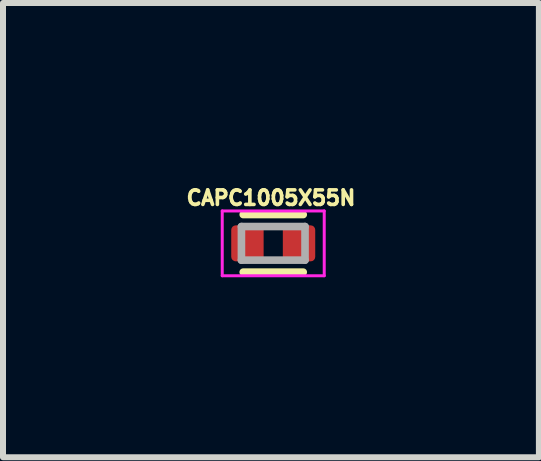
<source format=kicad_pcb>
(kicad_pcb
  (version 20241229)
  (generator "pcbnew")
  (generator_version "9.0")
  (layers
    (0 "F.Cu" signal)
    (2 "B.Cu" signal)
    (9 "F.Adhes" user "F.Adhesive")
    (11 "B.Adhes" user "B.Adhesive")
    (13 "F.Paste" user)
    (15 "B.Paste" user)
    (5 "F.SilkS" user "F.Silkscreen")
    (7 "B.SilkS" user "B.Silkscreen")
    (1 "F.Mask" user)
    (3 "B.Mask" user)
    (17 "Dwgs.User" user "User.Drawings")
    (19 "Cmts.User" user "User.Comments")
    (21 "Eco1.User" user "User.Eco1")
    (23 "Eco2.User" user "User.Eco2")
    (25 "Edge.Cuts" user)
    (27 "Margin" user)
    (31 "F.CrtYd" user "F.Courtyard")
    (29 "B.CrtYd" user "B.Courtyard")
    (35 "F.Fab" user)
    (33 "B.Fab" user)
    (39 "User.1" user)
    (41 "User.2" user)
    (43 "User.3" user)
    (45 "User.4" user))
  (footprint "CAPC1005X55N"
    (layer "F.Cu")
    (at 1.504 1.006)
    (property "Reference" "CAPC1005X55N" (at -0.038 -0.758 0) (layer "F.SilkS") (effects (font (size 0.242 0.242) (thickness 0.15))))
    (attr through_hole)
    (fp_line (start -0.5 0.48) (end 0.5 0.48) (stroke (width 0.127) (type solid)) (layer "F.SilkS"))
    (fp_line (start 0.5 -0.48) (end -0.5 -0.48) (stroke (width 0.127) (type solid)) (layer "F.SilkS"))
    (fp_line (start -0.85 -0.54) (end -0.85 0.54) (stroke (width 0.05) (type solid)) (layer "F.CrtYd"))
    (fp_line (start -0.85 0.54) (end 0.85 0.54) (stroke (width 0.05) (type solid)) (layer "F.CrtYd"))
    (fp_line (start 0.85 -0.54) (end -0.85 -0.54) (stroke (width 0.05) (type solid)) (layer "F.CrtYd"))
    (fp_line (start 0.85 0.54) (end 0.85 -0.54) (stroke (width 0.05) (type solid)) (layer "F.CrtYd"))
    (fp_line (start -0.53 -0.28) (end -0.53 0.28) (stroke (width 0.127) (type solid)) (layer "F.Fab"))
    (fp_line (start -0.53 0.28) (end 0.53 0.28) (stroke (width 0.127) (type solid)) (layer "F.Fab"))
    (fp_line (start 0.53 -0.28) (end -0.53 -0.28) (stroke (width 0.127) (type solid)) (layer "F.Fab"))
    (fp_line (start 0.53 0.28) (end 0.53 -0.28) (stroke (width 0.127) (type solid)) (layer "F.Fab"))
    (pad "1" smd roundrect (at -0.43 0) (size 0.54 0.6) (layers "F.Cu" "F.Mask" "F.Paste") (roundrect_rratio 0.14))
    (pad "2" smd roundrect (at 0.43 0) (size 0.54 0.6) (layers "F.Cu" "F.Mask" "F.Paste") (roundrect_rratio 0.14)))
  (gr_rect
    (start -3 -3)
    (end 5.932 4.571)
    (stroke (width 0.1) (type default))
    (fill no)
    (layer "Edge.Cuts")))
</source>
